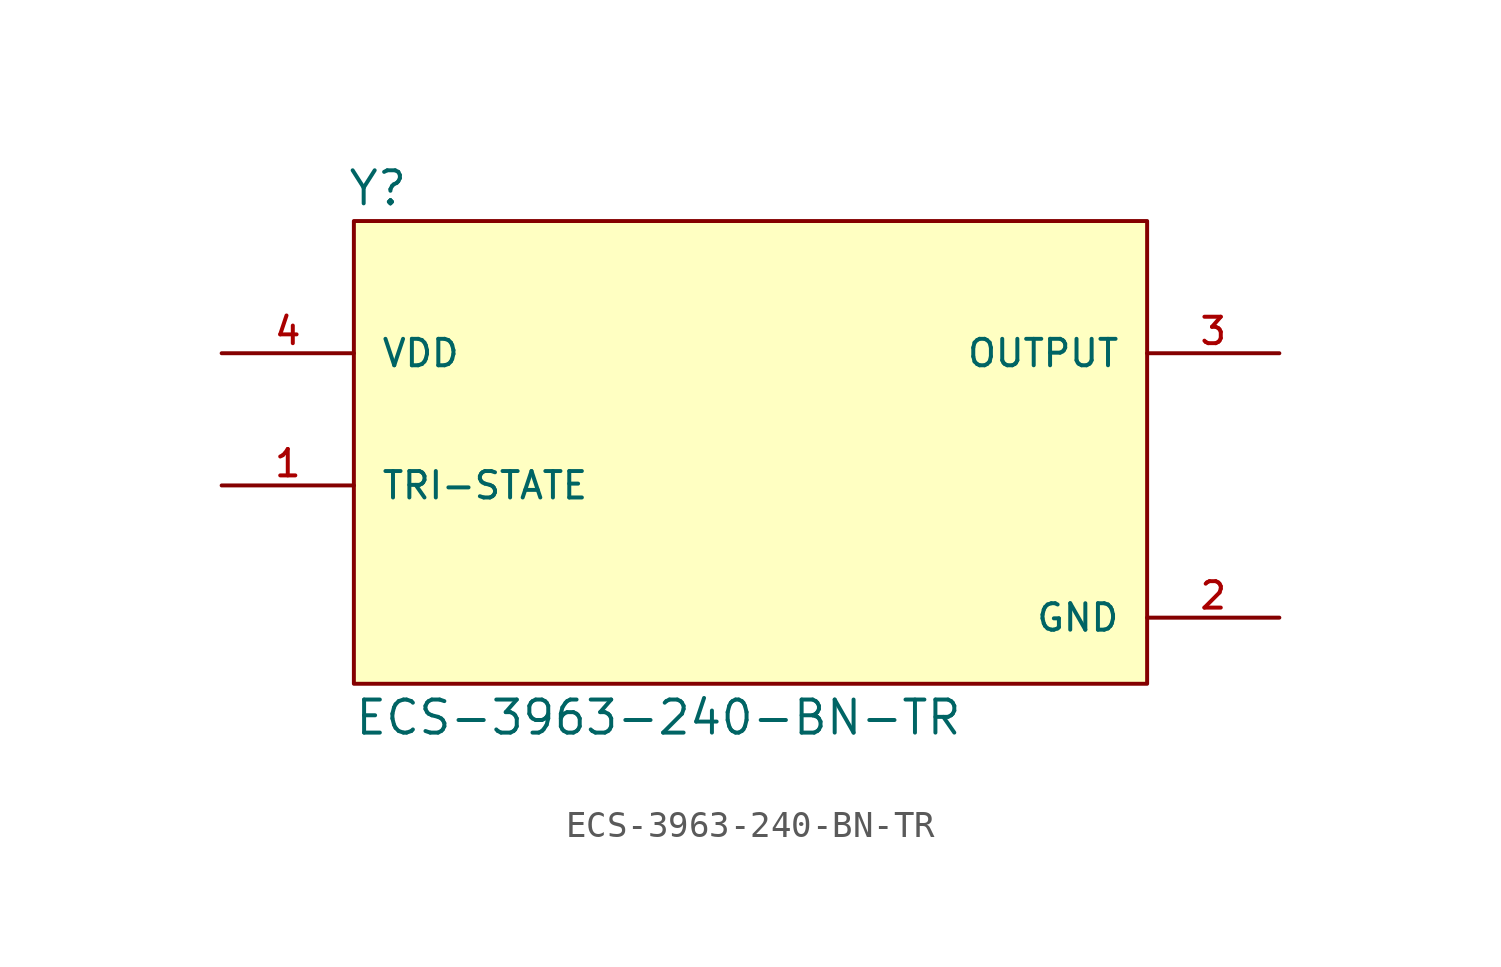
<source format=kicad_sym>
(kicad_symbol_lib
  (version 20211014)
  (generator kicad_symbol_editor)
  (symbol "ECS-3963-240-BN-TR"
    (pin_names
      (offset 1.016))
    (property "Reference" "Y"
      (at -15.508 8.136 0)
      (effects (font (size 1.27 1.27)) (justify bottom left)))
    (property "Value" "ECS-3963-240-BN-TR"
      (at -15.25 -12.2 0)
      (effects (font (size 1.27 1.27)) (justify bottom left)))
    (symbol "ECS-3963-240-BN-TR_0_0"
      (rectangle (start -15.24 -10.16) (end 15.24 7.62) (stroke (width 0.152)) (fill (type background)))
      (pin input line (at -20.32 -2.54 0) (length 5.08) (name "TRI-STATE" (effects (font (size 1.016 1.016)))) (number "1" (effects (font (size 1.016 1.016)))))
      (pin input line (at -20.32 2.54 0) (length 5.08) (name "VDD" (effects (font (size 1.016 1.016)))) (number "4" (effects (font (size 1.016 1.016)))))
      (pin output line (at 20.32 2.54 180.0) (length 5.08) (name "OUTPUT" (effects (font (size 1.016 1.016)))) (number "3" (effects (font (size 1.016 1.016)))))
      (pin power_in line (at 20.32 -7.62 180.0) (length 5.08) (name "GND" (effects (font (size 1.016 1.016)))) (number "2" (effects (font (size 1.016 1.016))))))))
</source>
